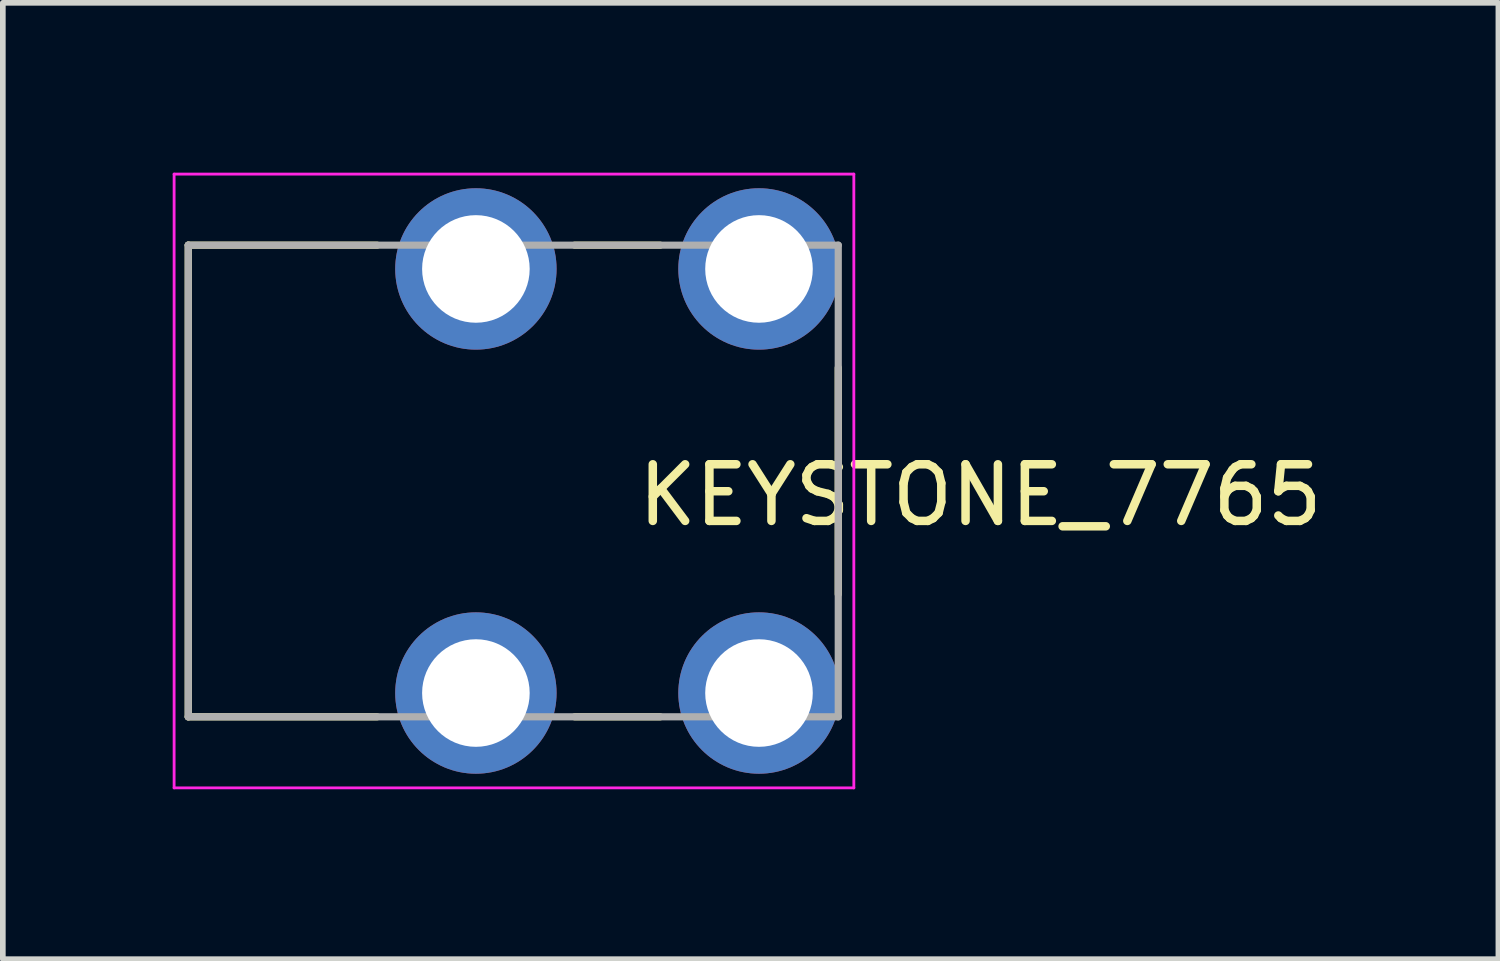
<source format=kicad_pcb>
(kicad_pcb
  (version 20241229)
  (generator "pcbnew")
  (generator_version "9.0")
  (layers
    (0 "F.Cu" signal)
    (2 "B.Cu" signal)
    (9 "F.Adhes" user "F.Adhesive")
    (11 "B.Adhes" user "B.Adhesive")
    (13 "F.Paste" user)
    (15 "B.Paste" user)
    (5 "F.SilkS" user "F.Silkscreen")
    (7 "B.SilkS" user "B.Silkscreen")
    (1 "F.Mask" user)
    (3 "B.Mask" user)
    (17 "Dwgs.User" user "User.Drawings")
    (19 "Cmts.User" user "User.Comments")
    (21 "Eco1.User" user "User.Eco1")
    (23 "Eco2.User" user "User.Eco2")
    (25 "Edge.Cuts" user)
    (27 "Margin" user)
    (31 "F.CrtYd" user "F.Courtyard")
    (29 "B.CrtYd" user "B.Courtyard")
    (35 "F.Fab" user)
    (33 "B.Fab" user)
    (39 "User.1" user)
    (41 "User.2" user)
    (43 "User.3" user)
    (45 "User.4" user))
  (footprint "KEYSTONE_7765"
    (layer "F.Cu")
    (at 6.015 5.445)
    (property "Reference" "KEYSTONE_7765" (at 8.25 0.25 0) (layer "F.SilkS") (effects (font (size 1 1) (thickness 0.15))))
    (attr through_hole)
    (fp_line (start -5.74 -4.165) (end -5.74 4.165) (stroke (width 0.127) (type solid)) (layer "F.SilkS"))
    (fp_line (start -5.74 4.165) (end -2.405 4.165) (stroke (width 0.127) (type solid)) (layer "F.SilkS"))
    (fp_line (start -2.405 -4.165) (end -5.74 -4.165) (stroke (width 0.127) (type solid)) (layer "F.SilkS"))
    (fp_line (start 1.085 -4.165) (end 2.595 -4.165) (stroke (width 0.127) (type solid)) (layer "F.SilkS"))
    (fp_line (start 1.085 4.165) (end 2.595 4.165) (stroke (width 0.127) (type solid)) (layer "F.SilkS"))
    (fp_line (start 5.74 -2) (end 5.74 2) (stroke (width 0.127) (type solid)) (layer "F.SilkS"))
    (fp_line (start -5.99 -5.42) (end -5.99 5.42) (stroke (width 0.05) (type solid)) (layer "F.CrtYd"))
    (fp_line (start -5.99 5.42) (end 6.015 5.42) (stroke (width 0.05) (type solid)) (layer "F.CrtYd"))
    (fp_line (start 6.015 -5.42) (end -5.99 -5.42) (stroke (width 0.05) (type solid)) (layer "F.CrtYd"))
    (fp_line (start 6.015 5.42) (end 6.015 -5.42) (stroke (width 0.05) (type solid)) (layer "F.CrtYd"))
    (fp_line (start -5.74 -4.165) (end -5.74 4.165) (stroke (width 0.127) (type solid)) (layer "F.Fab"))
    (fp_line (start -5.74 4.165) (end 5.74 4.165) (stroke (width 0.127) (type solid)) (layer "F.Fab"))
    (fp_line (start 5.74 -4.165) (end -5.74 -4.165) (stroke (width 0.127) (type solid)) (layer "F.Fab"))
    (fp_line (start 5.74 4.165) (end 5.74 -4.165) (stroke (width 0.127) (type solid)) (layer "F.Fab"))
    (pad "MP" thru_hole circle (at -0.66 -3.745) (size 2.85 2.85) (drill 1.9) (layers "*.Cu" "*.Mask"))
    (pad "MP" thru_hole circle (at -0.66 3.745) (size 2.85 2.85) (drill 1.9) (layers "*.Cu" "*.Mask"))
    (pad "MP" thru_hole circle (at 4.34 -3.745) (size 2.85 2.85) (drill 1.9) (layers "*.Cu" "*.Mask"))
    (pad "MP" thru_hole circle (at 4.34 3.745) (size 2.85 2.85) (drill 1.9) (layers "*.Cu" "*.Mask")))
  (gr_rect
    (start -3 -3)
    (end 23.414 13.89)
    (stroke (width 0.1) (type default))
    (fill no)
    (layer "Edge.Cuts")))
</source>
